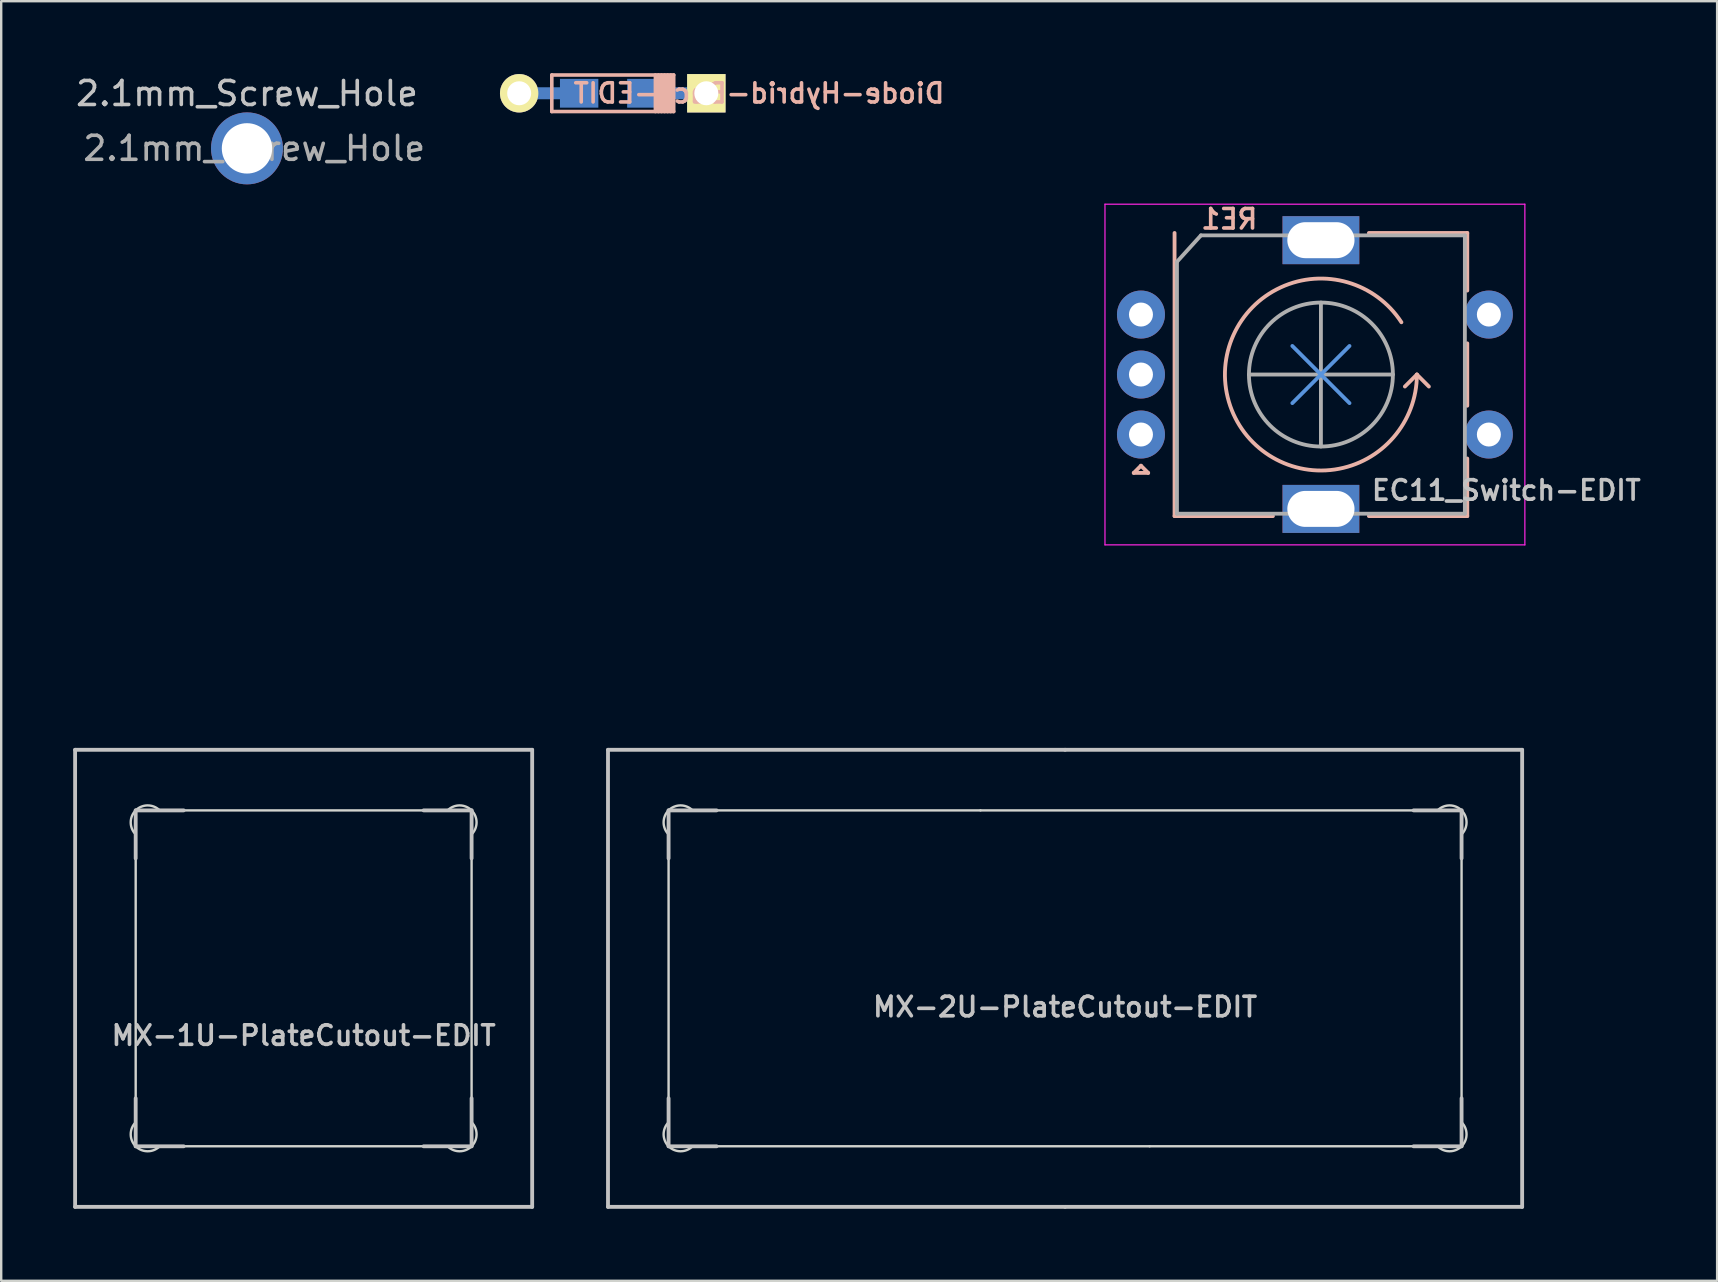
<source format=kicad_pcb>
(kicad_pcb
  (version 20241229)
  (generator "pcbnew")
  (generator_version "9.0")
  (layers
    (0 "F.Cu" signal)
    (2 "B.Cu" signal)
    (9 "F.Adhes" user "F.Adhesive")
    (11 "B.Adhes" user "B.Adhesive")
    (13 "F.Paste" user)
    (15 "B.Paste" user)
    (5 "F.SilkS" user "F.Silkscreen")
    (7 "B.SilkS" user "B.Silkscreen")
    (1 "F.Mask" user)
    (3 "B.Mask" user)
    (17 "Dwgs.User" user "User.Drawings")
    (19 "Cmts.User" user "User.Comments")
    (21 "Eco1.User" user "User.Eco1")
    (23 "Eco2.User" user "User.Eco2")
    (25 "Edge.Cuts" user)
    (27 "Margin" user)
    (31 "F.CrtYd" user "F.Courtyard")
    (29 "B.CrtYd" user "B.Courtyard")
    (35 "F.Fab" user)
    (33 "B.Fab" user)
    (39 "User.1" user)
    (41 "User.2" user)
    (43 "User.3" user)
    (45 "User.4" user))
  (footprint "2.1mm_Screw_Hole"
    (layer "F.Cu")
    (at 7.244 3.134)
    (property "Reference" "2.1mm_Screw_Hole" (at 0 -2.286 0) (layer "Dwgs.User") (effects (font (size 1 1) (thickness 0.15))))
    (attr exclude_from_pos_files exclude_from_bom)
    (fp_text user "${REFERENCE}" (at 0.3 0 0) (layer "F.Fab") (effects (font (size 1 1) (thickness 0.15))))
    (pad "1" thru_hole circle (at 0 0) (size 3 3) (drill 2.1) (layers "*.Cu" "*.Mask")))
  (footprint "EC11_Switch-EDIT"
    (layer "F.Cu")
    (at 52.003 12.56)
    (property "Reference" "EC11_Switch-EDIT" (at 2.032 4.826 0) (layer "Dwgs.User") (effects (font (size 0.813 0.813) (thickness 0.152)) (justify left)))
    (attr through_hole)
    (fp_line (start -7.8 4.1) (end -7.2 4.1) (stroke (width 0.16) (type solid)) (layer "B.SilkS"))
    (fp_line (start -7.5 3.8) (end -7.8 4.1) (stroke (width 0.16) (type solid)) (layer "B.SilkS"))
    (fp_line (start -7.2 4.1) (end -7.5 3.8) (stroke (width 0.16) (type solid)) (layer "B.SilkS"))
    (fp_line (start -6.1 5.9) (end -6.1 -5.9) (stroke (width 0.16) (type solid)) (layer "B.SilkS"))
    (fp_line (start -2 5.9) (end -6.1 5.9) (stroke (width 0.16) (type solid)) (layer "B.SilkS"))
    (fp_line (start 2 5.9) (end 6.1 5.9) (stroke (width 0.16) (type solid)) (layer "B.SilkS"))
    (fp_line (start 4 0) (end 3.5 0.5) (stroke (width 0.16) (type solid)) (layer "B.SilkS"))
    (fp_line (start 4 0) (end 4.5 0.5) (stroke (width 0.16) (type solid)) (layer "B.SilkS"))
    (fp_line (start 6.1 -5.9) (end 2 -5.9) (stroke (width 0.16) (type solid)) (layer "B.SilkS"))
    (fp_line (start 6.1 -3.5) (end 6.1 -5.9) (stroke (width 0.16) (type solid)) (layer "B.SilkS"))
    (fp_line (start 6.1 1.3) (end 6.1 -1.3) (stroke (width 0.16) (type solid)) (layer "B.SilkS"))
    (fp_line (start 6.1 5.9) (end 6.1 3.5) (stroke (width 0.16) (type solid)) (layer "B.SilkS"))
    (fp_arc (start 4 0) (mid -3.835279 1.136061) (end 3.354682 -2.178556) (stroke (width 0.16) (type solid)) (layer "B.SilkS"))
    (fp_line (start -1.191 -1.191) (end 1.191 1.191) (stroke (width 0.16) (type solid)) (layer "Cmts.User"))
    (fp_line (start -1.191 1.191) (end 1.191 -1.191) (stroke (width 0.16) (type solid)) (layer "Cmts.User"))
    (fp_circle (center 0 0) (end 12.5 0) (stroke (width 0.12) (type solid)) (fill no) (layer "Eco1.User"))
    (fp_line (start -9 -7.1) (end -9 7.1) (stroke (width 0.05) (type solid)) (layer "F.CrtYd"))
    (fp_line (start -9 -7.1) (end 8.5 -7.1) (stroke (width 0.05) (type solid)) (layer "F.CrtYd"))
    (fp_line (start 8.5 7.1) (end -9 7.1) (stroke (width 0.05) (type solid)) (layer "F.CrtYd"))
    (fp_line (start 8.5 7.1) (end 8.5 -7.1) (stroke (width 0.05) (type solid)) (layer "F.CrtYd"))
    (fp_line (start -6 -4.7) (end -5 -5.8) (stroke (width 0.16) (type solid)) (layer "F.Fab"))
    (fp_line (start -6 5.8) (end -6 -4.7) (stroke (width 0.16) (type solid)) (layer "F.Fab"))
    (fp_line (start -5 -5.8) (end 6 -5.8) (stroke (width 0.16) (type solid)) (layer "F.Fab"))
    (fp_line (start -3 0) (end 3 0) (stroke (width 0.16) (type solid)) (layer "F.Fab"))
    (fp_line (start 0 -3) (end 0 3) (stroke (width 0.16) (type solid)) (layer "F.Fab"))
    (fp_line (start 6 -5.8) (end 6 5.8) (stroke (width 0.16) (type solid)) (layer "F.Fab"))
    (fp_line (start 6 5.8) (end -6 5.8) (stroke (width 0.16) (type solid)) (layer "F.Fab"))
    (fp_circle (center 0 0) (end 3 0) (stroke (width 0.16) (type solid)) (fill no) (layer "F.Fab"))
    (fp_text user "RE1" (at -5.08 -6.477 180) (layer "B.SilkS") (effects (font (size 0.813 0.813) (thickness 0.152)) (justify right mirror)))
    (pad "A" thru_hole circle (at -7.5 -2.5) (size 2 2) (drill 1) (layers "*.Cu" "*.Mask"))
    (pad "B" thru_hole circle (at -7.5 2.5) (size 2 2) (drill 1) (layers "*.Cu" "*.Mask"))
    (pad "C" thru_hole circle (at -7.5 0) (size 2 2) (drill 1) (layers "*.Cu" "*.Mask"))
    (pad "MP" thru_hole rect (at 0 -5.6) (size 3.2 2) (drill oval 2.8 1.5) (layers "*.Cu" "*.Mask"))
    (pad "MP" thru_hole rect (at 0 5.6) (size 3.2 2) (drill oval 2.8 1.5) (layers "*.Cu" "*.Mask"))
    (pad "S1" thru_hole circle (at 7 2.5) (size 2 2) (drill 1) (layers "*.Cu" "*.Mask"))
    (pad "S2" thru_hole circle (at 7 -2.5) (size 2 2) (drill 1) (layers "*.Cu" "*.Mask")))
  (footprint "Diode-Hybrid-Back-EDIT"
    (layer "F.Cu")
    (at 22.488 0.837)
    (property "Reference" "Diode-Hybrid-Back-EDIT" (at 6.096 0 0) (layer "B.SilkS") (effects (font (size 0.8 0.8) (thickness 0.15)) (justify mirror)))
    (attr smd)
    (fp_line (start -2.54 -0.762) (end -2.54 0.762) (stroke (width 0.15) (type solid)) (layer "B.SilkS"))
    (fp_line (start -2.54 0.762) (end 2.54 0.762) (stroke (width 0.15) (type solid)) (layer "B.SilkS"))
    (fp_line (start 1.778 0.762) (end 1.778 -0.762) (stroke (width 0.15) (type solid)) (layer "B.SilkS"))
    (fp_line (start 1.905 0.762) (end 1.905 -0.762) (stroke (width 0.15) (type solid)) (layer "B.SilkS"))
    (fp_line (start 2.032 -0.762) (end 2.032 0.762) (stroke (width 0.15) (type solid)) (layer "B.SilkS"))
    (fp_line (start 2.159 0.762) (end 2.159 -0.762) (stroke (width 0.15) (type solid)) (layer "B.SilkS"))
    (fp_line (start 2.286 -0.762) (end 2.286 0.762) (stroke (width 0.15) (type solid)) (layer "B.SilkS"))
    (fp_line (start 2.413 0.762) (end 2.413 -0.762) (stroke (width 0.15) (type solid)) (layer "B.SilkS"))
    (fp_line (start 2.54 -0.762) (end -2.54 -0.762) (stroke (width 0.15) (type solid)) (layer "B.SilkS"))
    (fp_line (start 2.54 0.762) (end 2.54 -0.762) (stroke (width 0.15) (type solid)) (layer "B.SilkS"))
    (pad "1" smd rect (at 1.4 0) (size 1.6 1.2) (layers "B.Cu" "B.Mask" "B.Paste"))
    (pad "1" smd rect (at 2.5 0) (size 2.9 0.5) (layers "B.Cu"))
    (pad "1" thru_hole rect (at 3.9 0) (size 1.6 1.6) (drill 1) (layers "*.Cu" "*.Mask" "F.SilkS"))
    (pad "2" thru_hole circle (at -3.9 0) (size 1.6 1.6) (drill 1) (layers "*.Cu" "*.Mask" "F.SilkS"))
    (pad "2" smd rect (at -2.5 0) (size 2.9 0.5) (layers "B.Cu"))
    (pad "2" smd rect (at -1.4 0) (size 1.6 1.2) (layers "B.Cu" "B.Mask" "B.Paste")))
  (footprint "MX-1U-PlateCutout-EDIT"
    (layer "F.Cu")
    (at 9.605 37.725)
    (property "Reference" "MX-1U-PlateCutout-EDIT" (at 0 2.381 0) (layer "Dwgs.User") (effects (font (size 0.813 0.813) (thickness 0.152))))
    (attr exclude_from_pos_files exclude_from_bom)
    (fp_line (start -9.525 -9.525) (end 9.525 -9.525) (stroke (width 0.16) (type solid)) (layer "Dwgs.User"))
    (fp_line (start -9.525 9.525) (end -9.525 -9.525) (stroke (width 0.16) (type solid)) (layer "Dwgs.User"))
    (fp_line (start -7 -7) (end -7 -5) (stroke (width 0.16) (type solid)) (layer "Dwgs.User"))
    (fp_line (start -7 5) (end -7 7) (stroke (width 0.16) (type solid)) (layer "Dwgs.User"))
    (fp_line (start -7 7) (end -5 7) (stroke (width 0.16) (type solid)) (layer "Dwgs.User"))
    (fp_line (start -5 -7) (end -7 -7) (stroke (width 0.16) (type solid)) (layer "Dwgs.User"))
    (fp_line (start 5 -7) (end 7 -7) (stroke (width 0.16) (type solid)) (layer "Dwgs.User"))
    (fp_line (start 5 7) (end 7 7) (stroke (width 0.16) (type solid)) (layer "Dwgs.User"))
    (fp_line (start 7 -7) (end 7 -5) (stroke (width 0.16) (type solid)) (layer "Dwgs.User"))
    (fp_line (start 7 7) (end 7 5) (stroke (width 0.16) (type solid)) (layer "Dwgs.User"))
    (fp_line (start 9.525 -9.525) (end 9.525 9.525) (stroke (width 0.16) (type solid)) (layer "Dwgs.User"))
    (fp_line (start 9.525 9.525) (end -9.525 9.525) (stroke (width 0.16) (type solid)) (layer "Dwgs.User"))
    (fp_line (start -7 6) (end -7 -6) (stroke (width 0.1) (type solid)) (layer "Edge.Cuts"))
    (fp_line (start -6 -7) (end 6 -7) (stroke (width 0.1) (type solid)) (layer "Edge.Cuts"))
    (fp_line (start 6 7) (end -6 7) (stroke (width 0.1) (type solid)) (layer "Edge.Cuts"))
    (fp_line (start 7 -6) (end 7 6) (stroke (width 0.1) (type solid)) (layer "Edge.Cuts"))
    (fp_arc (start -7 -6) (mid -7 -7) (end -6 -7) (stroke (width 0.1) (type solid)) (layer "Edge.Cuts"))
    (fp_arc (start -6 7) (mid -7 7) (end -7 6) (stroke (width 0.1) (type solid)) (layer "Edge.Cuts"))
    (fp_arc (start 6 -7) (mid 7 -7) (end 7 -6) (stroke (width 0.1) (type solid)) (layer "Edge.Cuts"))
    (fp_arc (start 7 6) (mid 7 7) (end 6 7) (stroke (width 0.1) (type solid)) (layer "Edge.Cuts")))
  (footprint "MX-2U-PlateCutout-EDIT"
    (layer "F.Cu")
    (at 41.34 37.725)
    (property "Reference" "MX-2U-PlateCutout-EDIT" (at 0 1.191 0) (layer "Dwgs.User") (effects (font (size 0.813 0.813) (thickness 0.152))))
    (attr exclude_from_pos_files exclude_from_bom)
    (fp_line (start -19.05 -9.525) (end 0 -9.525) (stroke (width 0.16) (type solid)) (layer "Dwgs.User"))
    (fp_line (start -19.05 9.525) (end -19.05 -9.525) (stroke (width 0.16) (type solid)) (layer "Dwgs.User"))
    (fp_line (start -16.525 -7) (end -16.525 -5) (stroke (width 0.16) (type solid)) (layer "Dwgs.User"))
    (fp_line (start -16.525 5) (end -16.525 7) (stroke (width 0.16) (type solid)) (layer "Dwgs.User"))
    (fp_line (start -16.525 7) (end -14.525 7) (stroke (width 0.16) (type solid)) (layer "Dwgs.User"))
    (fp_line (start -14.525 -7) (end -16.525 -7) (stroke (width 0.16) (type solid)) (layer "Dwgs.User"))
    (fp_line (start 0 -9.525) (end 19.05 -9.525) (stroke (width 0.16) (type solid)) (layer "Dwgs.User"))
    (fp_line (start 0 9.525) (end -19.05 9.525) (stroke (width 0.16) (type solid)) (layer "Dwgs.User"))
    (fp_line (start 14.525 7) (end 16.525 7) (stroke (width 0.16) (type solid)) (layer "Dwgs.User"))
    (fp_line (start 16.525 -7) (end 14.525 -7) (stroke (width 0.16) (type solid)) (layer "Dwgs.User"))
    (fp_line (start 16.525 -5) (end 16.525 -7) (stroke (width 0.16) (type solid)) (layer "Dwgs.User"))
    (fp_line (start 16.525 7) (end 16.525 5) (stroke (width 0.16) (type solid)) (layer "Dwgs.User"))
    (fp_line (start 19.05 -9.525) (end 19.05 9.525) (stroke (width 0.16) (type solid)) (layer "Dwgs.User"))
    (fp_line (start 19.05 9.525) (end 0 9.525) (stroke (width 0.16) (type solid)) (layer "Dwgs.User"))
    (fp_line (start -16.525 6) (end -16.525 -6) (stroke (width 0.1) (type solid)) (layer "Edge.Cuts"))
    (fp_line (start -15.525 -7) (end -3.525 -7) (stroke (width 0.1) (type solid)) (layer "Edge.Cuts"))
    (fp_line (start -3.525 -7) (end 15.525 -7) (stroke (width 0.1) (type solid)) (layer "Edge.Cuts"))
    (fp_line (start 3.525 7) (end -15.525 7) (stroke (width 0.1) (type solid)) (layer "Edge.Cuts"))
    (fp_line (start 15.525 7) (end 3.525 7) (stroke (width 0.1) (type solid)) (layer "Edge.Cuts"))
    (fp_line (start 16.525 -6) (end 16.525 6) (stroke (width 0.1) (type solid)) (layer "Edge.Cuts"))
    (fp_arc (start -16.525 -6) (mid -16.525 -7) (end -15.525 -7) (stroke (width 0.1) (type solid)) (layer "Edge.Cuts"))
    (fp_arc (start -15.525 7) (mid -16.525 7) (end -16.525 6) (stroke (width 0.1) (type solid)) (layer "Edge.Cuts"))
    (fp_arc (start 15.525 -7) (mid 16.525 -7) (end 16.525 -6) (stroke (width 0.1) (type solid)) (layer "Edge.Cuts"))
    (fp_arc (start 16.525 6) (mid 16.525 7) (end 15.525 7) (stroke (width 0.1) (type solid)) (layer "Edge.Cuts")))
  (gr_rect
    (start -3 -3)
    (end 68.516 50.33)
    (stroke (width 0.1) (type default))
    (fill no)
    (layer "Edge.Cuts")))
</source>
